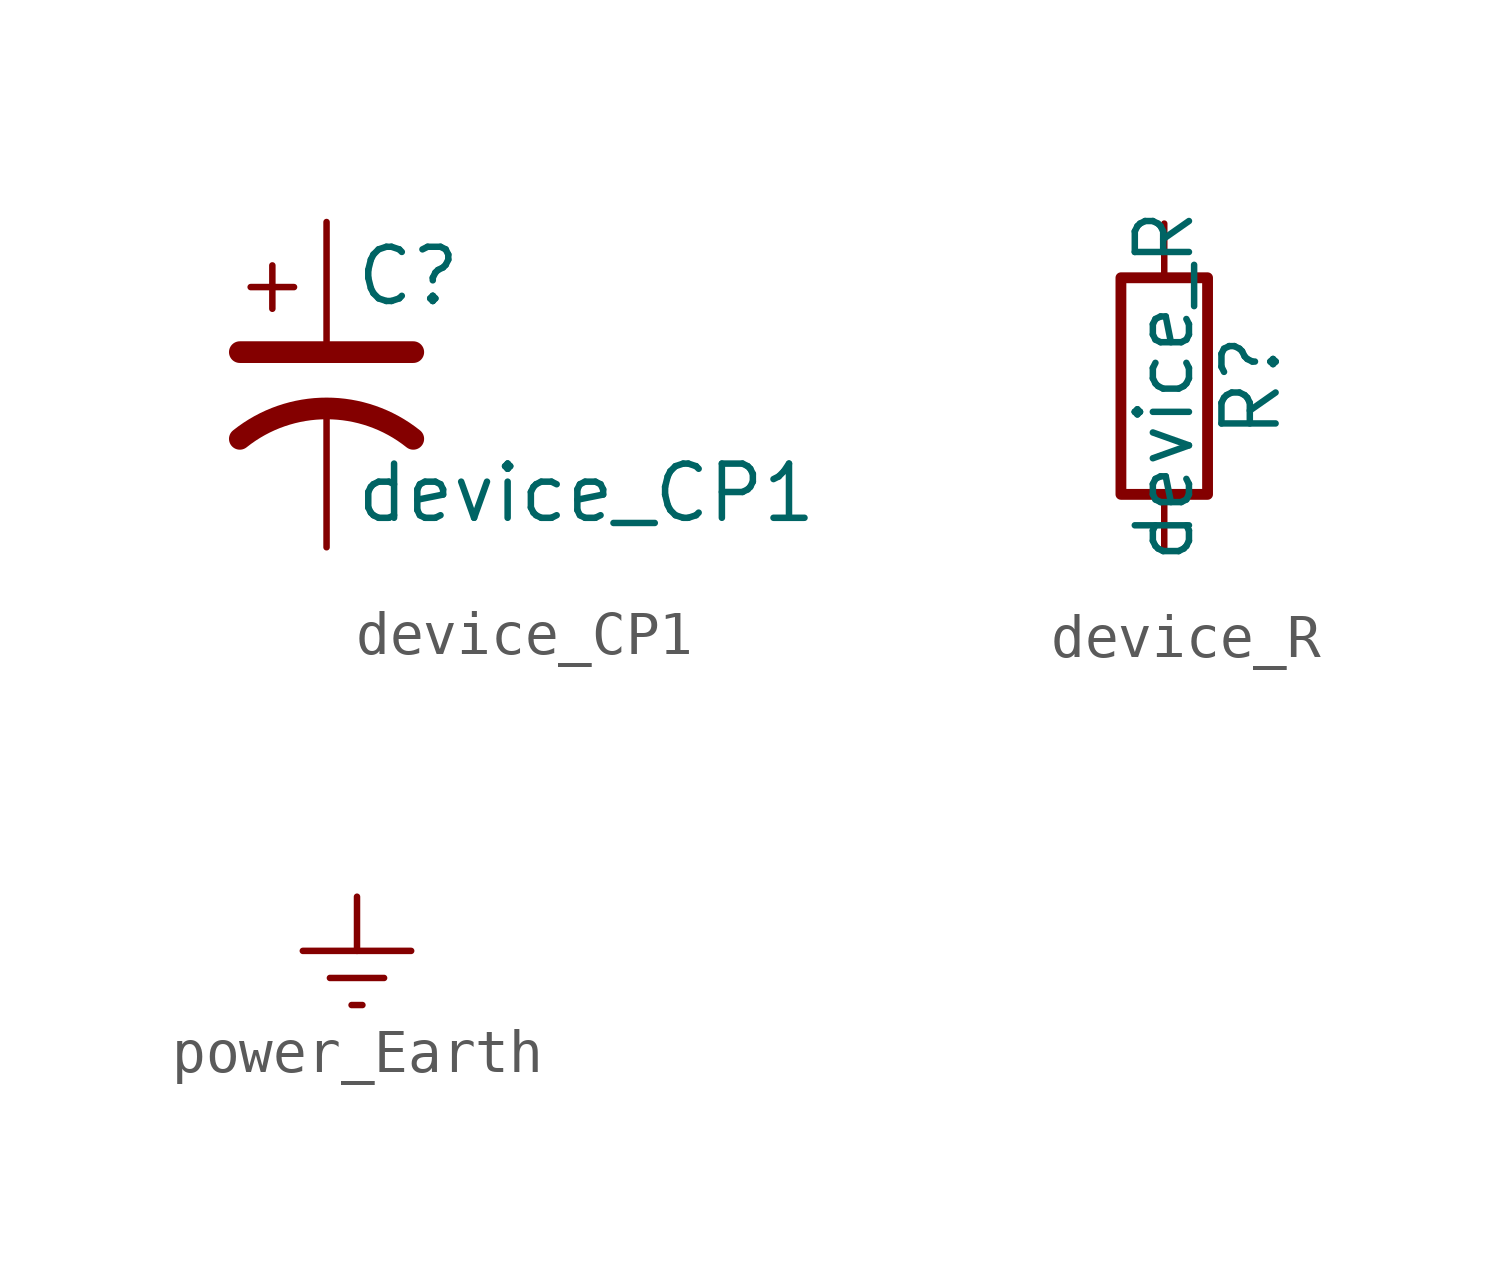
<source format=kicad_sym>
(kicad_symbol_lib
  (version 20211014)
  (generator kicad_symbol_editor)
  (symbol "device_CP1"
    (pin_numbers hide)
    (pin_names
      (offset 0.254) hide)
    (property "Reference" "C"
      (at 0.635 2.54 0)
      (effects (font (size 1.27 1.27)) (justify left)))
    (property "Value" "device_CP1"
      (at 0.635 -2.54 0)
      (effects (font (size 1.27 1.27)) (justify left)))
    (property "Footprint" ""
      (at 0 0 0)
      (effects (font (size 1.27 1.27))))
    (property "Datasheet" ""
      (at 0 0 0)
      (effects (font (size 1.27 1.27))))
    (symbol "device_CP1_0_1"
      (polyline (pts (xy -2.032 0.762) (xy 2.032 0.762)) (stroke (width 0.508) (type default) (color 0 0 0 0)) (fill (type none)))
      (polyline (pts (xy -1.778 2.286) (xy -0.762 2.286)) (stroke (width 0) (type default) (color 0 0 0 0)) (fill (type none)))
      (polyline (pts (xy -1.27 1.778) (xy -1.27 2.794)) (stroke (width 0) (type default) (color 0 0 0 0)) (fill (type none)))
      (arc (start 2.032 -1.27) (mid 0 -0.5572) (end -2.032 -1.27) (stroke (width 0.508) (type default) (color 0 0 0 0)) (fill (type none))))
    (symbol "device_CP1_1_1"
      (pin passive line (at 0 3.81 270) (length 2.794) (name "~" (effects (font (size 1.016 1.016)))) (number "1" (effects (font (size 1.016 1.016)))))
      (pin passive line (at 0 -3.81 90) (length 3.302) (name "~" (effects (font (size 1.016 1.016)))) (number "2" (effects (font (size 1.016 1.016)))))))
  (symbol "device_R"
    (pin_numbers hide)
    (pin_names
      (offset 0))
    (property "Reference" "R"
      (at 2.032 0 90)
      (effects (font (size 1.27 1.27))))
    (property "Value" "device_R"
      (at 0 0 90)
      (effects (font (size 1.27 1.27))))
    (property "Footprint" ""
      (at -1.778 0 90)
      (effects (font (size 1.27 1.27))))
    (property "Datasheet" ""
      (at 0 0 0)
      (effects (font (size 1.27 1.27))))
    (symbol "device_R_0_1"
      (rectangle (start -1.016 -2.54) (end 1.016 2.54) (stroke (width 0.254) (type default) (color 0 0 0 0)) (fill (type none))))
    (symbol "device_R_1_1"
      (pin passive line (at 0 3.81 270) (length 1.27) (name "~" (effects (font (size 1.27 1.27)))) (number "1" (effects (font (size 1.27 1.27)))))
      (pin passive line (at 0 -3.81 90) (length 1.27) (name "~" (effects (font (size 1.27 1.27)))) (number "2" (effects (font (size 1.27 1.27)))))))
  (symbol "power_Earth"
    (power)
    (pin_names
      (offset 0))
    (property "Reference" "#PWR"
      (at 0 -6.35 0)
      (effects (font (size 1.27 1.27)) hide))
    (property "Footprint" ""
      (at 0 0 0)
      (effects (font (size 1.27 1.27))))
    (property "Datasheet" ""
      (at 0 0 0)
      (effects (font (size 1.27 1.27))))
    (symbol "power_Earth_0_1"
      (polyline (pts (xy -0.635 -1.905) (xy 0.635 -1.905)) (stroke (width 0) (type default) (color 0 0 0 0)) (fill (type none)))
      (polyline (pts (xy -0.127 -2.54) (xy 0.127 -2.54)) (stroke (width 0) (type default) (color 0 0 0 0)) (fill (type none)))
      (polyline (pts (xy 0 -1.27) (xy 0 0)) (stroke (width 0) (type default) (color 0 0 0 0)) (fill (type none)))
      (polyline (pts (xy 1.27 -1.27) (xy -1.27 -1.27)) (stroke (width 0) (type default) (color 0 0 0 0)) (fill (type none))))
    (symbol "power_Earth_1_1"
      (pin power_in line (at 0 0 270) (length 0) hide (name "Earth" (effects (font (size 1.27 1.27)))) (number "1" (effects (font (size 1.27 1.27))))))))
</source>
